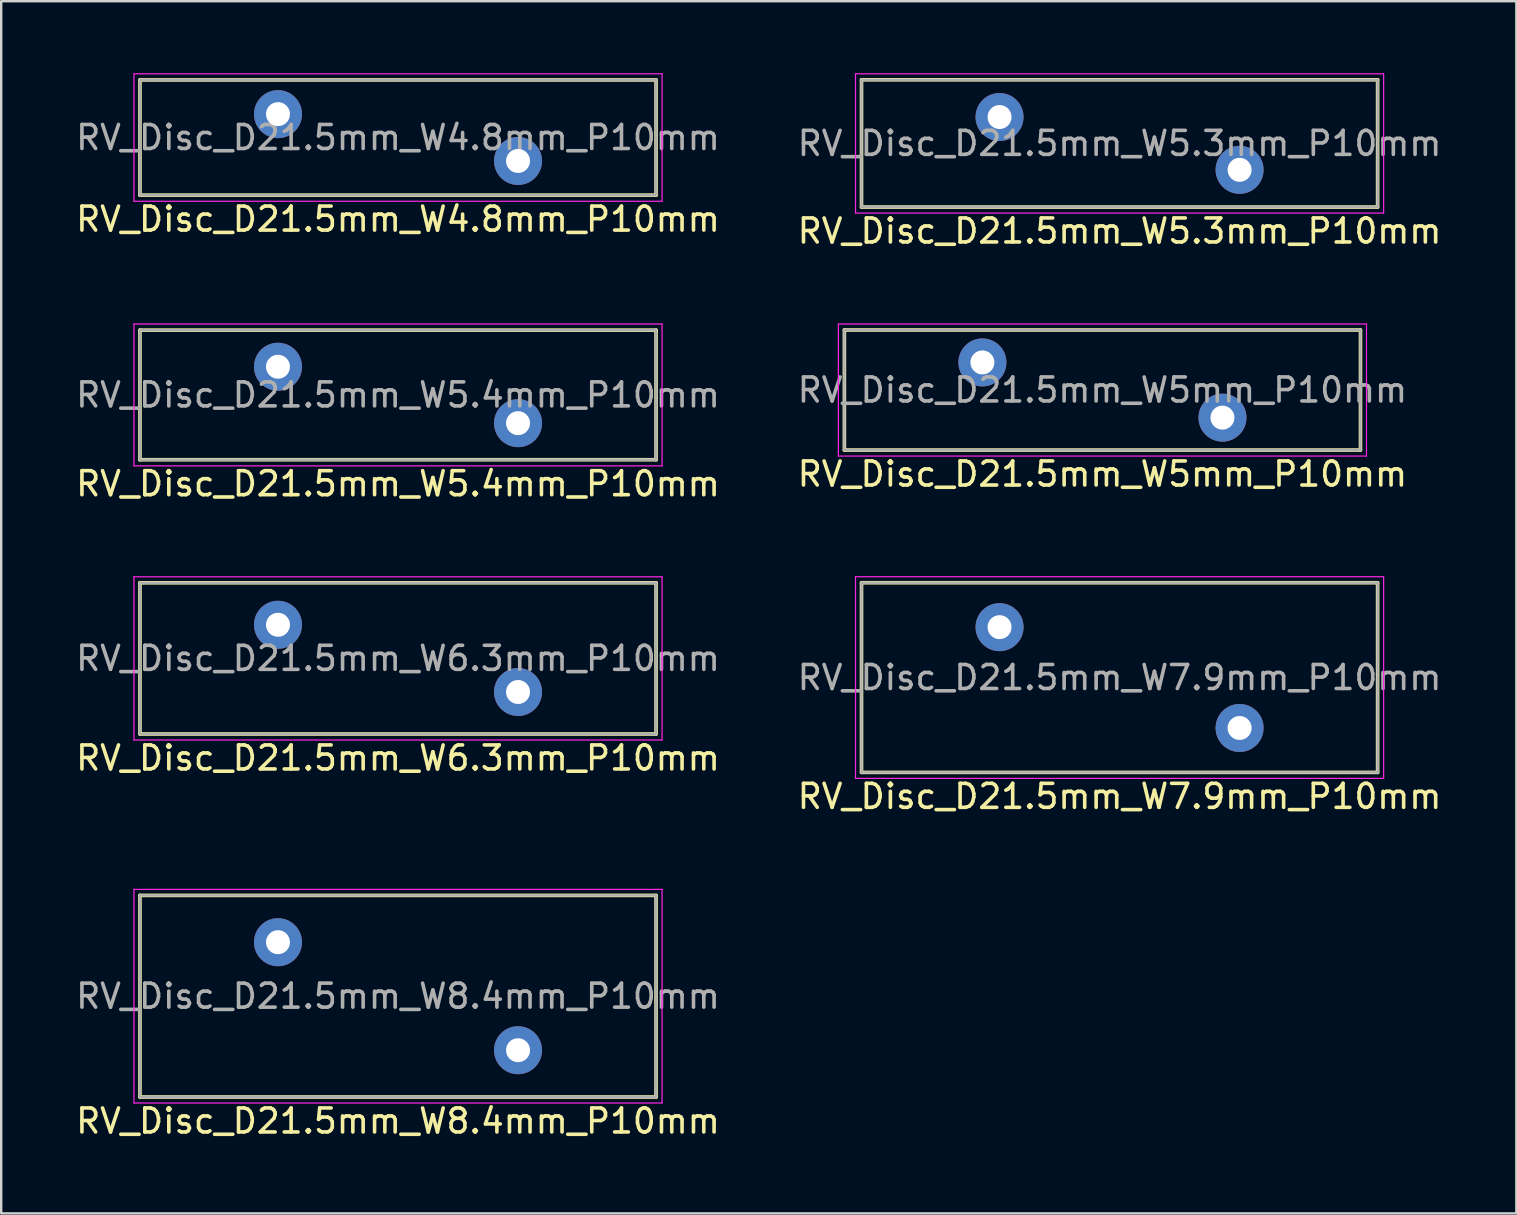
<source format=kicad_pcb>
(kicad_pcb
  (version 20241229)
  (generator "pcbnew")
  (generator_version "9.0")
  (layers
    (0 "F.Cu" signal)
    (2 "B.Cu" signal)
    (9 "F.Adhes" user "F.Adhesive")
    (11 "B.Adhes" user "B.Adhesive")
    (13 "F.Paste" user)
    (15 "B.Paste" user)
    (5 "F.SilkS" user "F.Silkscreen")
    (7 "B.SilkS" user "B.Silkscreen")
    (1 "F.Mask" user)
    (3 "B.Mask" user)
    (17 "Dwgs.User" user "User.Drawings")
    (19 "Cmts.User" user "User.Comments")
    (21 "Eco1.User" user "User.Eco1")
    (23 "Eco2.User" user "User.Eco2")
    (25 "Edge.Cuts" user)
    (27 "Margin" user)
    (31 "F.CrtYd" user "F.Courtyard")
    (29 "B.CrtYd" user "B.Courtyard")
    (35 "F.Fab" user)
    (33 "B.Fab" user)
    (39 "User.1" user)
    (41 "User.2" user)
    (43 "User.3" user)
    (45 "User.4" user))
  (footprint "RV_Disc_D21.5mm_W5.4mm_P10mm"
    (layer "F.Cu")
    (at 8.53 12.228)
    (property "Reference" "RV_Disc_D21.5mm_W5.4mm_P10mm" (at 5 4.875 0) (layer "F.SilkS") (effects (font (size 1 1) (thickness 0.15))))
    (attr through_hole)
    (fp_line (start -5.75 -1.525) (end -5.75 3.875) (stroke (width 0.15) (type solid)) (layer "F.SilkS"))
    (fp_line (start -5.75 -1.525) (end 15.75 -1.525) (stroke (width 0.15) (type solid)) (layer "F.SilkS"))
    (fp_line (start -5.75 3.875) (end 15.75 3.875) (stroke (width 0.15) (type solid)) (layer "F.SilkS"))
    (fp_line (start 15.75 -1.525) (end 15.75 3.875) (stroke (width 0.15) (type solid)) (layer "F.SilkS"))
    (fp_line (start -6 -1.78) (end -6 4.13) (stroke (width 0.05) (type solid)) (layer "F.CrtYd"))
    (fp_line (start -6 -1.78) (end 16 -1.78) (stroke (width 0.05) (type solid)) (layer "F.CrtYd"))
    (fp_line (start -6 4.13) (end 16 4.13) (stroke (width 0.05) (type solid)) (layer "F.CrtYd"))
    (fp_line (start 16 -1.78) (end 16 4.13) (stroke (width 0.05) (type solid)) (layer "F.CrtYd"))
    (fp_line (start -5.75 -1.525) (end -5.75 3.875) (stroke (width 0.1) (type solid)) (layer "F.Fab"))
    (fp_line (start -5.75 -1.525) (end 15.75 -1.525) (stroke (width 0.1) (type solid)) (layer "F.Fab"))
    (fp_line (start -5.75 3.875) (end 15.75 3.875) (stroke (width 0.1) (type solid)) (layer "F.Fab"))
    (fp_line (start 15.75 -1.525) (end 15.75 3.875) (stroke (width 0.1) (type solid)) (layer "F.Fab"))
    (fp_text user "${REFERENCE}" (at 5 1.175 0) (layer "F.Fab") (effects (font (size 1 1) (thickness 0.15))))
    (pad "1" thru_hole circle (at 0 0) (size 2 2) (drill 1) (layers "*.Cu" "*.Mask"))
    (pad "2" thru_hole circle (at 10 2.35) (size 2 2) (drill 1) (layers "*.Cu" "*.Mask")))
  (footprint "RV_Disc_D21.5mm_W4.8mm_P10mm"
    (layer "F.Cu")
    (at 8.53 1.705)
    (property "Reference" "RV_Disc_D21.5mm_W4.8mm_P10mm" (at 5 4.375 0) (layer "F.SilkS") (effects (font (size 1 1) (thickness 0.15))))
    (attr through_hole)
    (fp_line (start -5.75 -1.425) (end -5.75 3.375) (stroke (width 0.15) (type solid)) (layer "F.SilkS"))
    (fp_line (start -5.75 -1.425) (end 15.75 -1.425) (stroke (width 0.15) (type solid)) (layer "F.SilkS"))
    (fp_line (start -5.75 3.375) (end 15.75 3.375) (stroke (width 0.15) (type solid)) (layer "F.SilkS"))
    (fp_line (start 15.75 -1.425) (end 15.75 3.375) (stroke (width 0.15) (type solid)) (layer "F.SilkS"))
    (fp_line (start -6 -1.68) (end -6 3.63) (stroke (width 0.05) (type solid)) (layer "F.CrtYd"))
    (fp_line (start -6 -1.68) (end 16 -1.68) (stroke (width 0.05) (type solid)) (layer "F.CrtYd"))
    (fp_line (start -6 3.63) (end 16 3.63) (stroke (width 0.05) (type solid)) (layer "F.CrtYd"))
    (fp_line (start 16 -1.68) (end 16 3.63) (stroke (width 0.05) (type solid)) (layer "F.CrtYd"))
    (fp_line (start -5.75 -1.425) (end -5.75 3.375) (stroke (width 0.1) (type solid)) (layer "F.Fab"))
    (fp_line (start -5.75 -1.425) (end 15.75 -1.425) (stroke (width 0.1) (type solid)) (layer "F.Fab"))
    (fp_line (start -5.75 3.375) (end 15.75 3.375) (stroke (width 0.1) (type solid)) (layer "F.Fab"))
    (fp_line (start 15.75 -1.425) (end 15.75 3.375) (stroke (width 0.1) (type solid)) (layer "F.Fab"))
    (fp_text user "${REFERENCE}" (at 5 0.975 0) (layer "F.Fab") (effects (font (size 1 1) (thickness 0.15))))
    (pad "1" thru_hole circle (at 0 0) (size 2 2) (drill 1) (layers "*.Cu" "*.Mask"))
    (pad "2" thru_hole circle (at 10 1.95) (size 2 2) (drill 1) (layers "*.Cu" "*.Mask")))
  (footprint "RV_Disc_D21.5mm_W6.3mm_P10mm"
    (layer "F.Cu")
    (at 8.53 22.977)
    (property "Reference" "RV_Disc_D21.5mm_W6.3mm_P10mm" (at 5 5.55 0) (layer "F.SilkS") (effects (font (size 1 1) (thickness 0.15))))
    (attr through_hole)
    (fp_line (start -5.75 -1.75) (end -5.75 4.55) (stroke (width 0.15) (type solid)) (layer "F.SilkS"))
    (fp_line (start -5.75 -1.75) (end 15.75 -1.75) (stroke (width 0.15) (type solid)) (layer "F.SilkS"))
    (fp_line (start -5.75 4.55) (end 15.75 4.55) (stroke (width 0.15) (type solid)) (layer "F.SilkS"))
    (fp_line (start 15.75 -1.75) (end 15.75 4.55) (stroke (width 0.15) (type solid)) (layer "F.SilkS"))
    (fp_line (start -6 -2) (end -6 4.8) (stroke (width 0.05) (type solid)) (layer "F.CrtYd"))
    (fp_line (start -6 -2) (end 16 -2) (stroke (width 0.05) (type solid)) (layer "F.CrtYd"))
    (fp_line (start -6 4.8) (end 16 4.8) (stroke (width 0.05) (type solid)) (layer "F.CrtYd"))
    (fp_line (start 16 -2) (end 16 4.8) (stroke (width 0.05) (type solid)) (layer "F.CrtYd"))
    (fp_line (start -5.75 -1.75) (end -5.75 4.55) (stroke (width 0.1) (type solid)) (layer "F.Fab"))
    (fp_line (start -5.75 -1.75) (end 15.75 -1.75) (stroke (width 0.1) (type solid)) (layer "F.Fab"))
    (fp_line (start -5.75 4.55) (end 15.75 4.55) (stroke (width 0.1) (type solid)) (layer "F.Fab"))
    (fp_line (start 15.75 -1.75) (end 15.75 4.55) (stroke (width 0.1) (type solid)) (layer "F.Fab"))
    (fp_text user "${REFERENCE}" (at 5 1.4 0) (layer "F.Fab") (effects (font (size 1 1) (thickness 0.15))))
    (pad "1" thru_hole circle (at 0 0) (size 2 2) (drill 1) (layers "*.Cu" "*.Mask"))
    (pad "2" thru_hole circle (at 10 2.8) (size 2 2) (drill 1) (layers "*.Cu" "*.Mask")))
  (footprint "RV_Disc_D21.5mm_W5.3mm_P10mm"
    (layer "F.Cu")
    (at 38.589 1.825)
    (property "Reference" "RV_Disc_D21.5mm_W5.3mm_P10mm" (at 5 4.75 0) (layer "F.SilkS") (effects (font (size 1 1) (thickness 0.15))))
    (attr through_hole)
    (fp_line (start -5.75 -1.55) (end -5.75 3.75) (stroke (width 0.15) (type solid)) (layer "F.SilkS"))
    (fp_line (start -5.75 -1.55) (end 15.75 -1.55) (stroke (width 0.15) (type solid)) (layer "F.SilkS"))
    (fp_line (start -5.75 3.75) (end 15.75 3.75) (stroke (width 0.15) (type solid)) (layer "F.SilkS"))
    (fp_line (start 15.75 -1.55) (end 15.75 3.75) (stroke (width 0.15) (type solid)) (layer "F.SilkS"))
    (fp_line (start -6 -1.8) (end -6 4) (stroke (width 0.05) (type solid)) (layer "F.CrtYd"))
    (fp_line (start -6 -1.8) (end 16 -1.8) (stroke (width 0.05) (type solid)) (layer "F.CrtYd"))
    (fp_line (start -6 4) (end 16 4) (stroke (width 0.05) (type solid)) (layer "F.CrtYd"))
    (fp_line (start 16 -1.8) (end 16 4) (stroke (width 0.05) (type solid)) (layer "F.CrtYd"))
    (fp_line (start -5.75 -1.55) (end -5.75 3.75) (stroke (width 0.1) (type solid)) (layer "F.Fab"))
    (fp_line (start -5.75 -1.55) (end 15.75 -1.55) (stroke (width 0.1) (type solid)) (layer "F.Fab"))
    (fp_line (start -5.75 3.75) (end 15.75 3.75) (stroke (width 0.1) (type solid)) (layer "F.Fab"))
    (fp_line (start 15.75 -1.55) (end 15.75 3.75) (stroke (width 0.1) (type solid)) (layer "F.Fab"))
    (fp_text user "${REFERENCE}" (at 5 1.1 0) (layer "F.Fab") (effects (font (size 1 1) (thickness 0.15))))
    (pad "1" thru_hole circle (at 0 0) (size 2 2) (drill 1) (layers "*.Cu" "*.Mask"))
    (pad "2" thru_hole circle (at 10 2.2) (size 2 2) (drill 1) (layers "*.Cu" "*.Mask")))
  (footprint "RV_Disc_D21.5mm_W5mm_P10mm"
    (layer "F.Cu")
    (at 37.875 12.048)
    (property "Reference" "RV_Disc_D21.5mm_W5mm_P10mm" (at 5 4.65 0) (layer "F.SilkS") (effects (font (size 1 1) (thickness 0.15))))
    (attr through_hole)
    (fp_line (start -5.75 -1.35) (end -5.75 3.65) (stroke (width 0.15) (type solid)) (layer "F.SilkS"))
    (fp_line (start -5.75 -1.35) (end 15.75 -1.35) (stroke (width 0.15) (type solid)) (layer "F.SilkS"))
    (fp_line (start -5.75 3.65) (end 15.75 3.65) (stroke (width 0.15) (type solid)) (layer "F.SilkS"))
    (fp_line (start 15.75 -1.35) (end 15.75 3.65) (stroke (width 0.15) (type solid)) (layer "F.SilkS"))
    (fp_line (start -6 -1.6) (end -6 3.9) (stroke (width 0.05) (type solid)) (layer "F.CrtYd"))
    (fp_line (start -6 -1.6) (end 16 -1.6) (stroke (width 0.05) (type solid)) (layer "F.CrtYd"))
    (fp_line (start -6 3.9) (end 16 3.9) (stroke (width 0.05) (type solid)) (layer "F.CrtYd"))
    (fp_line (start 16 -1.6) (end 16 3.9) (stroke (width 0.05) (type solid)) (layer "F.CrtYd"))
    (fp_line (start -5.75 -1.35) (end -5.75 3.65) (stroke (width 0.1) (type solid)) (layer "F.Fab"))
    (fp_line (start -5.75 -1.35) (end 15.75 -1.35) (stroke (width 0.1) (type solid)) (layer "F.Fab"))
    (fp_line (start -5.75 3.65) (end 15.75 3.65) (stroke (width 0.1) (type solid)) (layer "F.Fab"))
    (fp_line (start 15.75 -1.35) (end 15.75 3.65) (stroke (width 0.1) (type solid)) (layer "F.Fab"))
    (fp_text user "${REFERENCE}" (at 5 1.15 0) (layer "F.Fab") (effects (font (size 1 1) (thickness 0.15))))
    (pad "1" thru_hole circle (at 0 0) (size 2 2) (drill 1) (layers "*.Cu" "*.Mask"))
    (pad "2" thru_hole circle (at 10 2.3) (size 2 2) (drill 1) (layers "*.Cu" "*.Mask")))
  (footprint "RV_Disc_D21.5mm_W7.9mm_P10mm"
    (layer "F.Cu")
    (at 38.589 23.076)
    (property "Reference" "RV_Disc_D21.5mm_W7.9mm_P10mm" (at 5 7.05 0) (layer "F.SilkS") (effects (font (size 1 1) (thickness 0.15))))
    (attr through_hole)
    (fp_line (start -5.75 -1.85) (end -5.75 6.05) (stroke (width 0.15) (type solid)) (layer "F.SilkS"))
    (fp_line (start -5.75 -1.85) (end 15.75 -1.85) (stroke (width 0.15) (type solid)) (layer "F.SilkS"))
    (fp_line (start -5.75 6.05) (end 15.75 6.05) (stroke (width 0.15) (type solid)) (layer "F.SilkS"))
    (fp_line (start 15.75 -1.85) (end 15.75 6.05) (stroke (width 0.15) (type solid)) (layer "F.SilkS"))
    (fp_line (start -6 -2.1) (end -6 6.3) (stroke (width 0.05) (type solid)) (layer "F.CrtYd"))
    (fp_line (start -6 -2.1) (end 16 -2.1) (stroke (width 0.05) (type solid)) (layer "F.CrtYd"))
    (fp_line (start -6 6.3) (end 16 6.3) (stroke (width 0.05) (type solid)) (layer "F.CrtYd"))
    (fp_line (start 16 -2.1) (end 16 6.3) (stroke (width 0.05) (type solid)) (layer "F.CrtYd"))
    (fp_line (start -5.75 -1.85) (end -5.75 6.05) (stroke (width 0.1) (type solid)) (layer "F.Fab"))
    (fp_line (start -5.75 -1.85) (end 15.75 -1.85) (stroke (width 0.1) (type solid)) (layer "F.Fab"))
    (fp_line (start -5.75 6.05) (end 15.75 6.05) (stroke (width 0.1) (type solid)) (layer "F.Fab"))
    (fp_line (start 15.75 -1.85) (end 15.75 6.05) (stroke (width 0.1) (type solid)) (layer "F.Fab"))
    (fp_text user "${REFERENCE}" (at 5 2.1 0) (layer "F.Fab") (effects (font (size 1 1) (thickness 0.15))))
    (pad "1" thru_hole circle (at 0 0) (size 2 2) (drill 1) (layers "*.Cu" "*.Mask"))
    (pad "2" thru_hole circle (at 10 4.2) (size 2 2) (drill 1) (layers "*.Cu" "*.Mask")))
  (footprint "RV_Disc_D21.5mm_W8.4mm_P10mm"
    (layer "F.Cu")
    (at 8.53 36.2)
    (property "Reference" "RV_Disc_D21.5mm_W8.4mm_P10mm" (at 5 7.45 0) (layer "F.SilkS") (effects (font (size 1 1) (thickness 0.15))))
    (attr through_hole)
    (fp_line (start -5.75 -1.95) (end -5.75 6.45) (stroke (width 0.15) (type solid)) (layer "F.SilkS"))
    (fp_line (start -5.75 -1.95) (end 15.75 -1.95) (stroke (width 0.15) (type solid)) (layer "F.SilkS"))
    (fp_line (start -5.75 6.45) (end 15.75 6.45) (stroke (width 0.15) (type solid)) (layer "F.SilkS"))
    (fp_line (start 15.75 -1.95) (end 15.75 6.45) (stroke (width 0.15) (type solid)) (layer "F.SilkS"))
    (fp_line (start -6 -2.2) (end -6 6.7) (stroke (width 0.05) (type solid)) (layer "F.CrtYd"))
    (fp_line (start -6 -2.2) (end 16 -2.2) (stroke (width 0.05) (type solid)) (layer "F.CrtYd"))
    (fp_line (start -6 6.7) (end 16 6.7) (stroke (width 0.05) (type solid)) (layer "F.CrtYd"))
    (fp_line (start 16 -2.2) (end 16 6.7) (stroke (width 0.05) (type solid)) (layer "F.CrtYd"))
    (fp_line (start -5.75 -1.95) (end -5.75 6.45) (stroke (width 0.1) (type solid)) (layer "F.Fab"))
    (fp_line (start -5.75 -1.95) (end 15.75 -1.95) (stroke (width 0.1) (type solid)) (layer "F.Fab"))
    (fp_line (start -5.75 6.45) (end 15.75 6.45) (stroke (width 0.1) (type solid)) (layer "F.Fab"))
    (fp_line (start 15.75 -1.95) (end 15.75 6.45) (stroke (width 0.1) (type solid)) (layer "F.Fab"))
    (fp_text user "${REFERENCE}" (at 5 2.25 0) (layer "F.Fab") (effects (font (size 1 1) (thickness 0.15))))
    (pad "1" thru_hole circle (at 0 0) (size 2 2) (drill 1) (layers "*.Cu" "*.Mask"))
    (pad "2" thru_hole circle (at 10 4.5) (size 2 2) (drill 1) (layers "*.Cu" "*.Mask")))
  (gr_rect
    (start -3 -3)
    (end 60.119 47.498)
    (stroke (width 0.1) (type default))
    (fill no)
    (layer "Edge.Cuts")))
</source>
